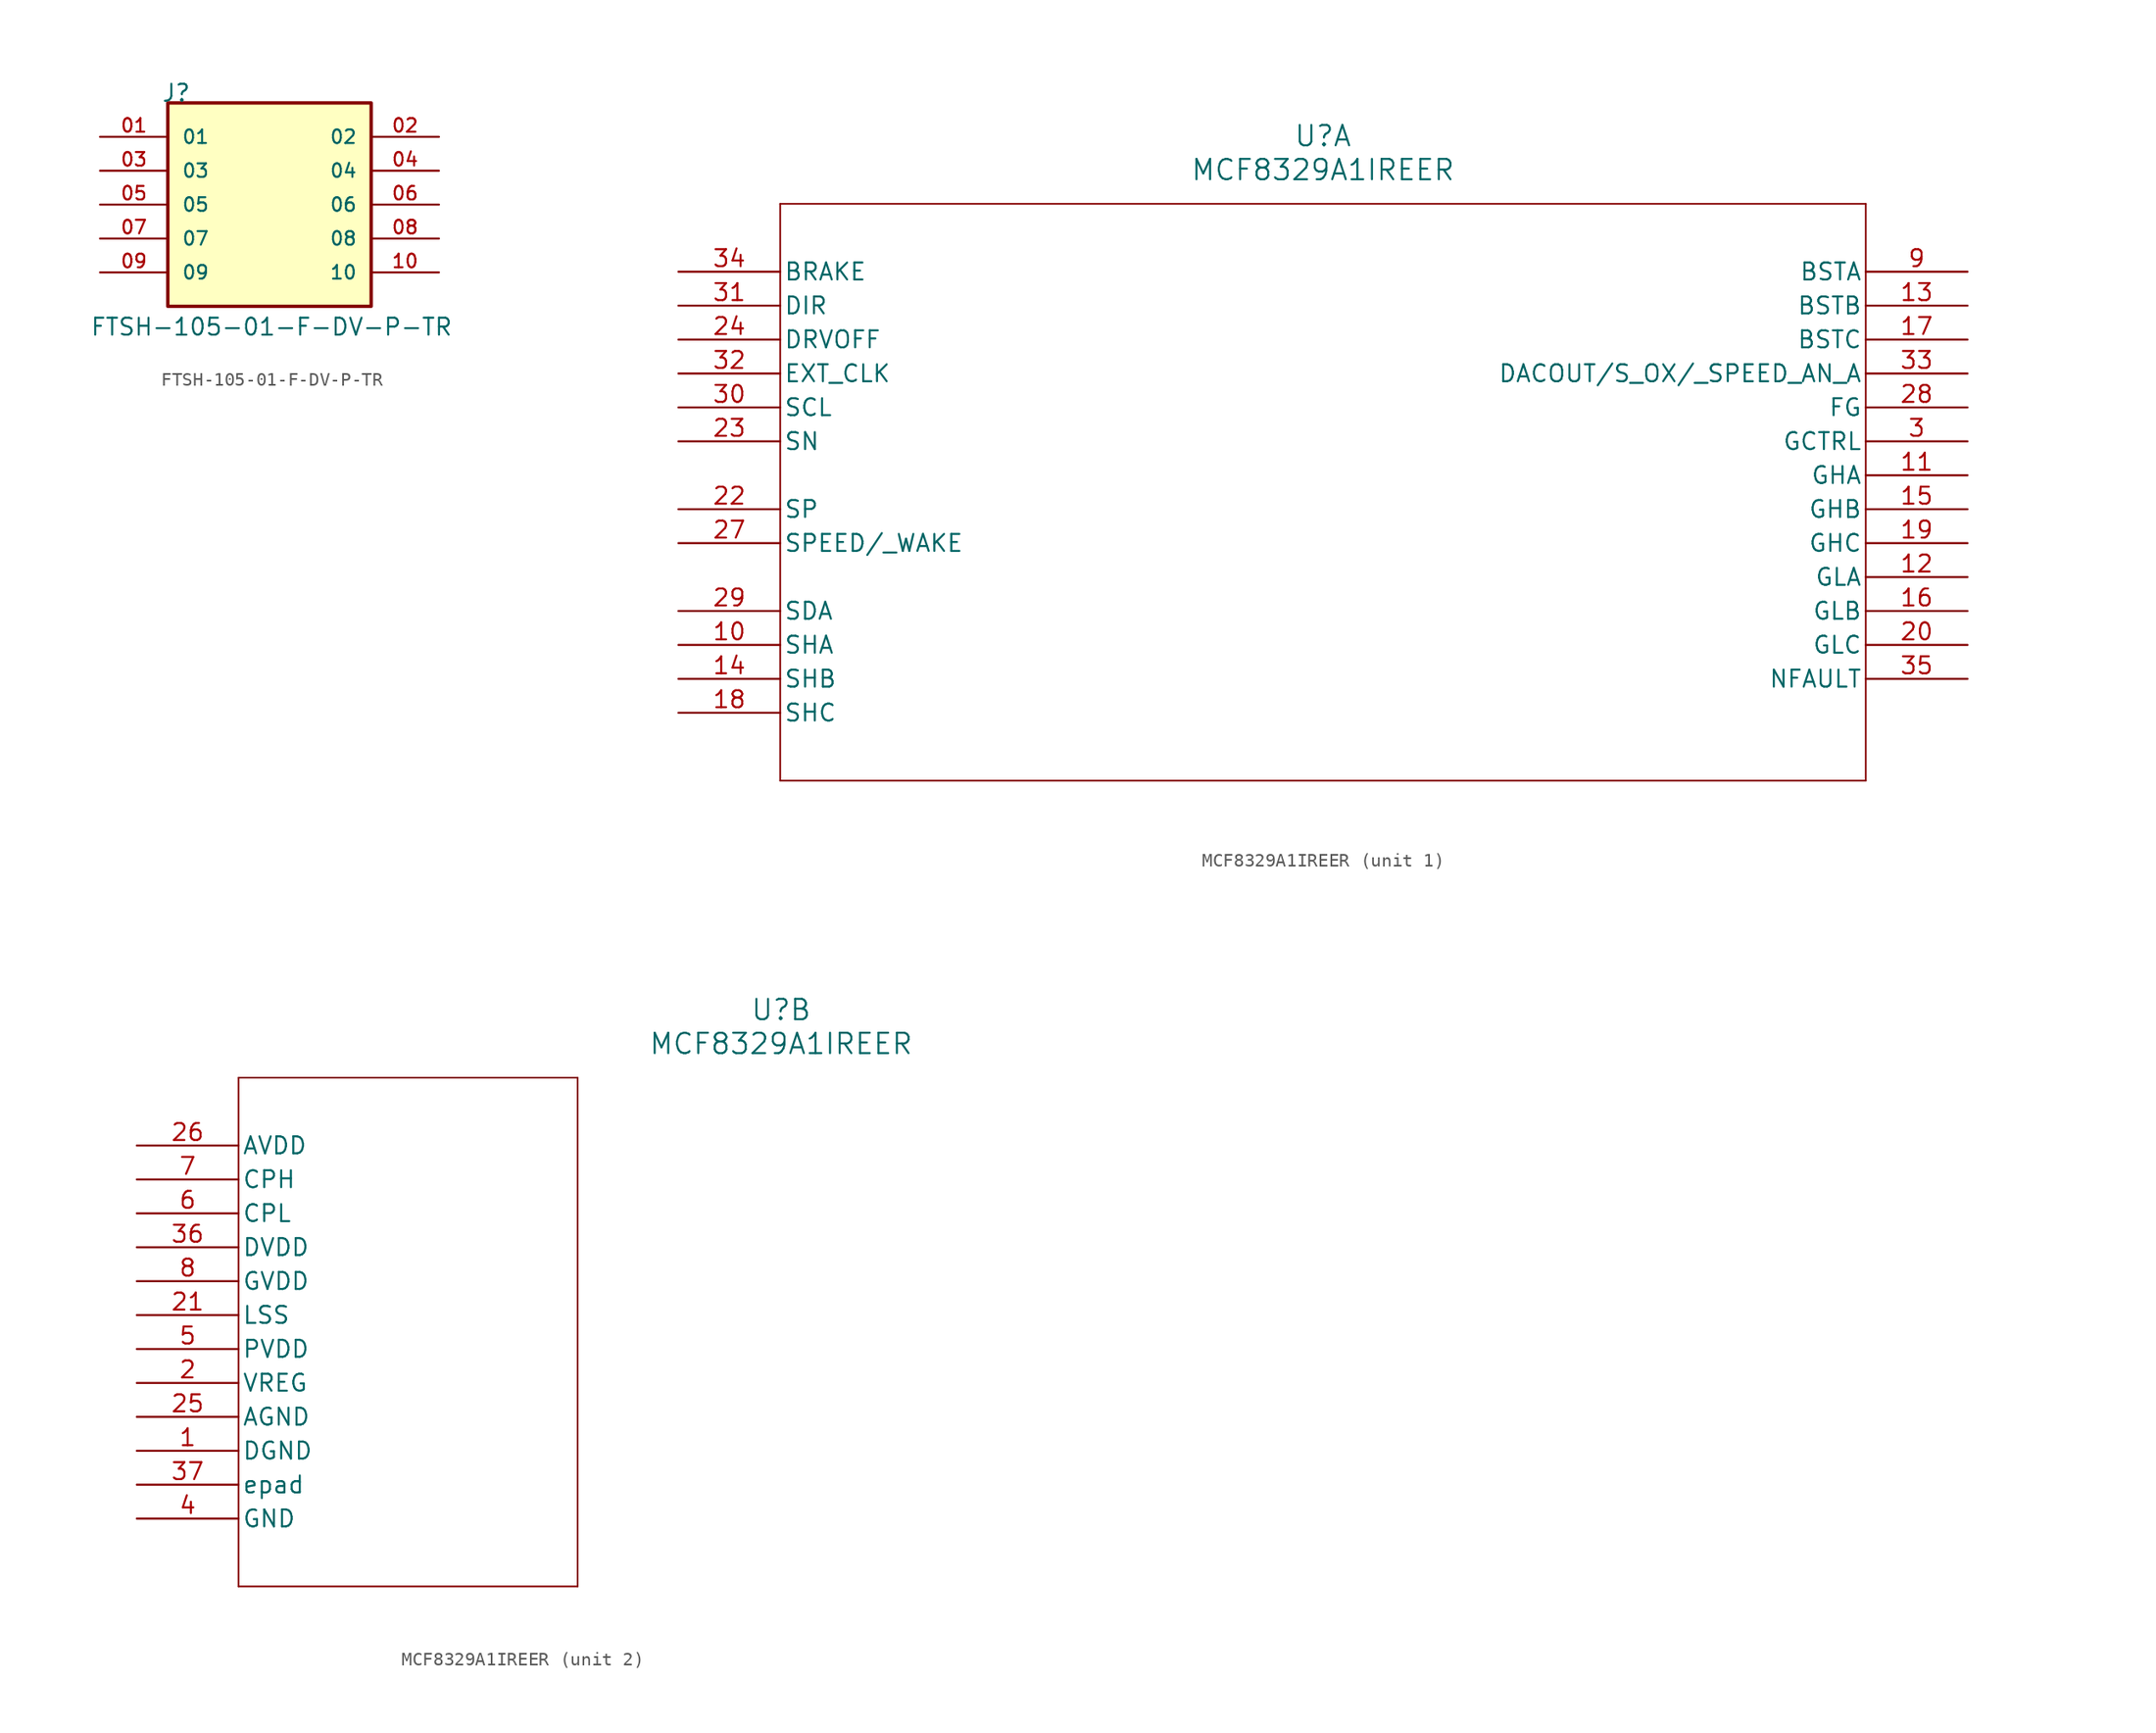
<source format=kicad_sym>
(kicad_symbol_lib
  (version 20231120)
  (generator "kicad_symbol_editor")
  (generator_version "8.0")
  (symbol "FTSH-105-01-F-DV-P-TR"
    (pin_names
      (offset 1.016))
    (property "Reference" "J"
      (at -8.12 7.62 0)
      (effects (font (size 1.27 1.27)) (justify left bottom)))
    (property "Value" "FTSH-105-01-F-DV-P-TR"
      (at -13.462 -9.906 0)
      (effects (font (size 1.27 1.27)) (justify left bottom)))
    (symbol "FTSH-105-01-F-DV-P-TR_0_0"
      (rectangle (start -7.62 -7.62) (end 7.62 7.62) (stroke (width 0.254) (type default)) (fill (type background)))
      (pin passive line (at -12.7 5.08 0) (length 5.08) (name "01" (effects (font (size 1.016 1.016)))) (number "01" (effects (font (size 1.016 1.016)))))
      (pin passive line (at 12.7 5.08 180) (length 5.08) (name "02" (effects (font (size 1.016 1.016)))) (number "02" (effects (font (size 1.016 1.016)))))
      (pin passive line (at -12.7 2.54 0) (length 5.08) (name "03" (effects (font (size 1.016 1.016)))) (number "03" (effects (font (size 1.016 1.016)))))
      (pin passive line (at 12.7 2.54 180) (length 5.08) (name "04" (effects (font (size 1.016 1.016)))) (number "04" (effects (font (size 1.016 1.016)))))
      (pin passive line (at -12.7 0 0) (length 5.08) (name "05" (effects (font (size 1.016 1.016)))) (number "05" (effects (font (size 1.016 1.016)))))
      (pin passive line (at 12.7 0 180) (length 5.08) (name "06" (effects (font (size 1.016 1.016)))) (number "06" (effects (font (size 1.016 1.016)))))
      (pin passive line (at -12.7 -2.54 0) (length 5.08) (name "07" (effects (font (size 1.016 1.016)))) (number "07" (effects (font (size 1.016 1.016)))))
      (pin passive line (at 12.7 -2.54 180) (length 5.08) (name "08" (effects (font (size 1.016 1.016)))) (number "08" (effects (font (size 1.016 1.016)))))
      (pin passive line (at -12.7 -5.08 0) (length 5.08) (name "09" (effects (font (size 1.016 1.016)))) (number "09" (effects (font (size 1.016 1.016)))))
      (pin passive line (at 12.7 -5.08 180) (length 5.08) (name "10" (effects (font (size 1.016 1.016)))) (number "10" (effects (font (size 1.016 1.016)))))))
  (symbol "MCF8329A1IREER"
    (pin_names
      (offset 0.254))
    (property "Reference" "U"
      (at 48.26 10.16 0)
      (effects (font (size 1.524 1.524))))
    (property "Value" "MCF8329A1IREER"
      (at 48.26 7.62 0)
      (effects (font (size 1.524 1.524))))
    (property "ki_locked" ""
      (at 0 0 0)
      (effects (font (size 1.27 1.27))))
    (symbol "MCF8329A1IREER_1_1"
      (polyline (pts (xy 7.62 -38.1) (xy 88.9 -38.1)) (stroke (width 0.127) (type default)) (fill (type none)))
      (polyline (pts (xy 7.62 5.08) (xy 7.62 -38.1)) (stroke (width 0.127) (type default)) (fill (type none)))
      (polyline (pts (xy 88.9 -38.1) (xy 88.9 5.08)) (stroke (width 0.127) (type default)) (fill (type none)))
      (polyline (pts (xy 88.9 5.08) (xy 7.62 5.08)) (stroke (width 0.127) (type default)) (fill (type none)))
      (pin bidirectional line (at 0 -27.94 0) (length 7.62) (name "SHA" (effects (font (size 1.27 1.27)))) (number "10" (effects (font (size 1.27 1.27)))))
      (pin output line (at 96.52 -15.24 180) (length 7.62) (name "GHA" (effects (font (size 1.27 1.27)))) (number "11" (effects (font (size 1.27 1.27)))))
      (pin output line (at 96.52 -22.86 180) (length 7.62) (name "GLA" (effects (font (size 1.27 1.27)))) (number "12" (effects (font (size 1.27 1.27)))))
      (pin output line (at 96.52 -2.54 180) (length 7.62) (name "BSTB" (effects (font (size 1.27 1.27)))) (number "13" (effects (font (size 1.27 1.27)))))
      (pin bidirectional line (at 0 -30.48 0) (length 7.62) (name "SHB" (effects (font (size 1.27 1.27)))) (number "14" (effects (font (size 1.27 1.27)))))
      (pin output line (at 96.52 -17.78 180) (length 7.62) (name "GHB" (effects (font (size 1.27 1.27)))) (number "15" (effects (font (size 1.27 1.27)))))
      (pin output line (at 96.52 -25.4 180) (length 7.62) (name "GLB" (effects (font (size 1.27 1.27)))) (number "16" (effects (font (size 1.27 1.27)))))
      (pin output line (at 96.52 -5.08 180) (length 7.62) (name "BSTC" (effects (font (size 1.27 1.27)))) (number "17" (effects (font (size 1.27 1.27)))))
      (pin bidirectional line (at 0 -33.02 0) (length 7.62) (name "SHC" (effects (font (size 1.27 1.27)))) (number "18" (effects (font (size 1.27 1.27)))))
      (pin output line (at 96.52 -20.32 180) (length 7.62) (name "GHC" (effects (font (size 1.27 1.27)))) (number "19" (effects (font (size 1.27 1.27)))))
      (pin output line (at 96.52 -27.94 180) (length 7.62) (name "GLC" (effects (font (size 1.27 1.27)))) (number "20" (effects (font (size 1.27 1.27)))))
      (pin input line (at 0 -17.78 0) (length 7.62) (name "SP" (effects (font (size 1.27 1.27)))) (number "22" (effects (font (size 1.27 1.27)))))
      (pin input line (at 0 -12.7 0) (length 7.62) (name "SN" (effects (font (size 1.27 1.27)))) (number "23" (effects (font (size 1.27 1.27)))))
      (pin input line (at 0 -5.08 0) (length 7.62) (name "DRVOFF" (effects (font (size 1.27 1.27)))) (number "24" (effects (font (size 1.27 1.27)))))
      (pin input line (at 0 -20.32 0) (length 7.62) (name "SPEED/_WAKE" (effects (font (size 1.27 1.27)))) (number "27" (effects (font (size 1.27 1.27)))))
      (pin output line (at 96.52 -10.16 180) (length 7.62) (name "FG" (effects (font (size 1.27 1.27)))) (number "28" (effects (font (size 1.27 1.27)))))
      (pin bidirectional line (at 0 -25.4 0) (length 7.62) (name "SDA" (effects (font (size 1.27 1.27)))) (number "29" (effects (font (size 1.27 1.27)))))
      (pin output line (at 96.52 -12.7 180) (length 7.62) (name "GCTRL" (effects (font (size 1.27 1.27)))) (number "3" (effects (font (size 1.27 1.27)))))
      (pin input line (at 0 -10.16 0) (length 7.62) (name "SCL" (effects (font (size 1.27 1.27)))) (number "30" (effects (font (size 1.27 1.27)))))
      (pin input line (at 0 -2.54 0) (length 7.62) (name "DIR" (effects (font (size 1.27 1.27)))) (number "31" (effects (font (size 1.27 1.27)))))
      (pin input line (at 0 -7.62 0) (length 7.62) (name "EXT_CLK" (effects (font (size 1.27 1.27)))) (number "32" (effects (font (size 1.27 1.27)))))
      (pin bidirectional line (at 96.52 -7.62 180) (length 7.62) (name "DACOUT/S_OX/_SPEED_AN_A" (effects (font (size 1.27 1.27)))) (number "33" (effects (font (size 1.27 1.27)))))
      (pin input line (at 0 0 0) (length 7.62) (name "BRAKE" (effects (font (size 1.27 1.27)))) (number "34" (effects (font (size 1.27 1.27)))))
      (pin output line (at 96.52 -30.48 180) (length 7.62) (name "NFAULT" (effects (font (size 1.27 1.27)))) (number "35" (effects (font (size 1.27 1.27)))))
      (pin output line (at 96.52 0 180) (length 7.62) (name "BSTA" (effects (font (size 1.27 1.27)))) (number "9" (effects (font (size 1.27 1.27))))))
    (symbol "MCF8329A1IREER_2_1"
      (polyline (pts (xy 7.62 -33.02) (xy 33.02 -33.02)) (stroke (width 0.127) (type default)) (fill (type none)))
      (polyline (pts (xy 7.62 5.08) (xy 7.62 -33.02)) (stroke (width 0.127) (type default)) (fill (type none)))
      (polyline (pts (xy 33.02 -33.02) (xy 33.02 5.08)) (stroke (width 0.127) (type default)) (fill (type none)))
      (polyline (pts (xy 33.02 5.08) (xy 7.62 5.08)) (stroke (width 0.127) (type default)) (fill (type none)))
      (pin power_out line (at 0 -22.86 0) (length 7.62) (name "DGND" (effects (font (size 1.27 1.27)))) (number "1" (effects (font (size 1.27 1.27)))))
      (pin power_in line (at 0 -17.78 0) (length 7.62) (name "VREG" (effects (font (size 1.27 1.27)))) (number "2" (effects (font (size 1.27 1.27)))))
      (pin power_in line (at 0 -12.7 0) (length 7.62) (name "LSS" (effects (font (size 1.27 1.27)))) (number "21" (effects (font (size 1.27 1.27)))))
      (pin power_out line (at 0 -20.32 0) (length 7.62) (name "AGND" (effects (font (size 1.27 1.27)))) (number "25" (effects (font (size 1.27 1.27)))))
      (pin power_in line (at 0 0 0) (length 7.62) (name "AVDD" (effects (font (size 1.27 1.27)))) (number "26" (effects (font (size 1.27 1.27)))))
      (pin power_in line (at 0 -7.62 0) (length 7.62) (name "DVDD" (effects (font (size 1.27 1.27)))) (number "36" (effects (font (size 1.27 1.27)))))
      (pin power_out line (at 0 -25.4 0) (length 7.62) (name "epad" (effects (font (size 1.27 1.27)))) (number "37" (effects (font (size 1.27 1.27)))))
      (pin power_out line (at 0 -27.94 0) (length 7.62) (name "GND" (effects (font (size 1.27 1.27)))) (number "4" (effects (font (size 1.27 1.27)))))
      (pin power_in line (at 0 -15.24 0) (length 7.62) (name "PVDD" (effects (font (size 1.27 1.27)))) (number "5" (effects (font (size 1.27 1.27)))))
      (pin power_in line (at 0 -5.08 0) (length 7.62) (name "CPL" (effects (font (size 1.27 1.27)))) (number "6" (effects (font (size 1.27 1.27)))))
      (pin power_in line (at 0 -2.54 0) (length 7.62) (name "CPH" (effects (font (size 1.27 1.27)))) (number "7" (effects (font (size 1.27 1.27)))))
      (pin power_in line (at 0 -10.16 0) (length 7.62) (name "GVDD" (effects (font (size 1.27 1.27)))) (number "8" (effects (font (size 1.27 1.27))))))))
</source>
